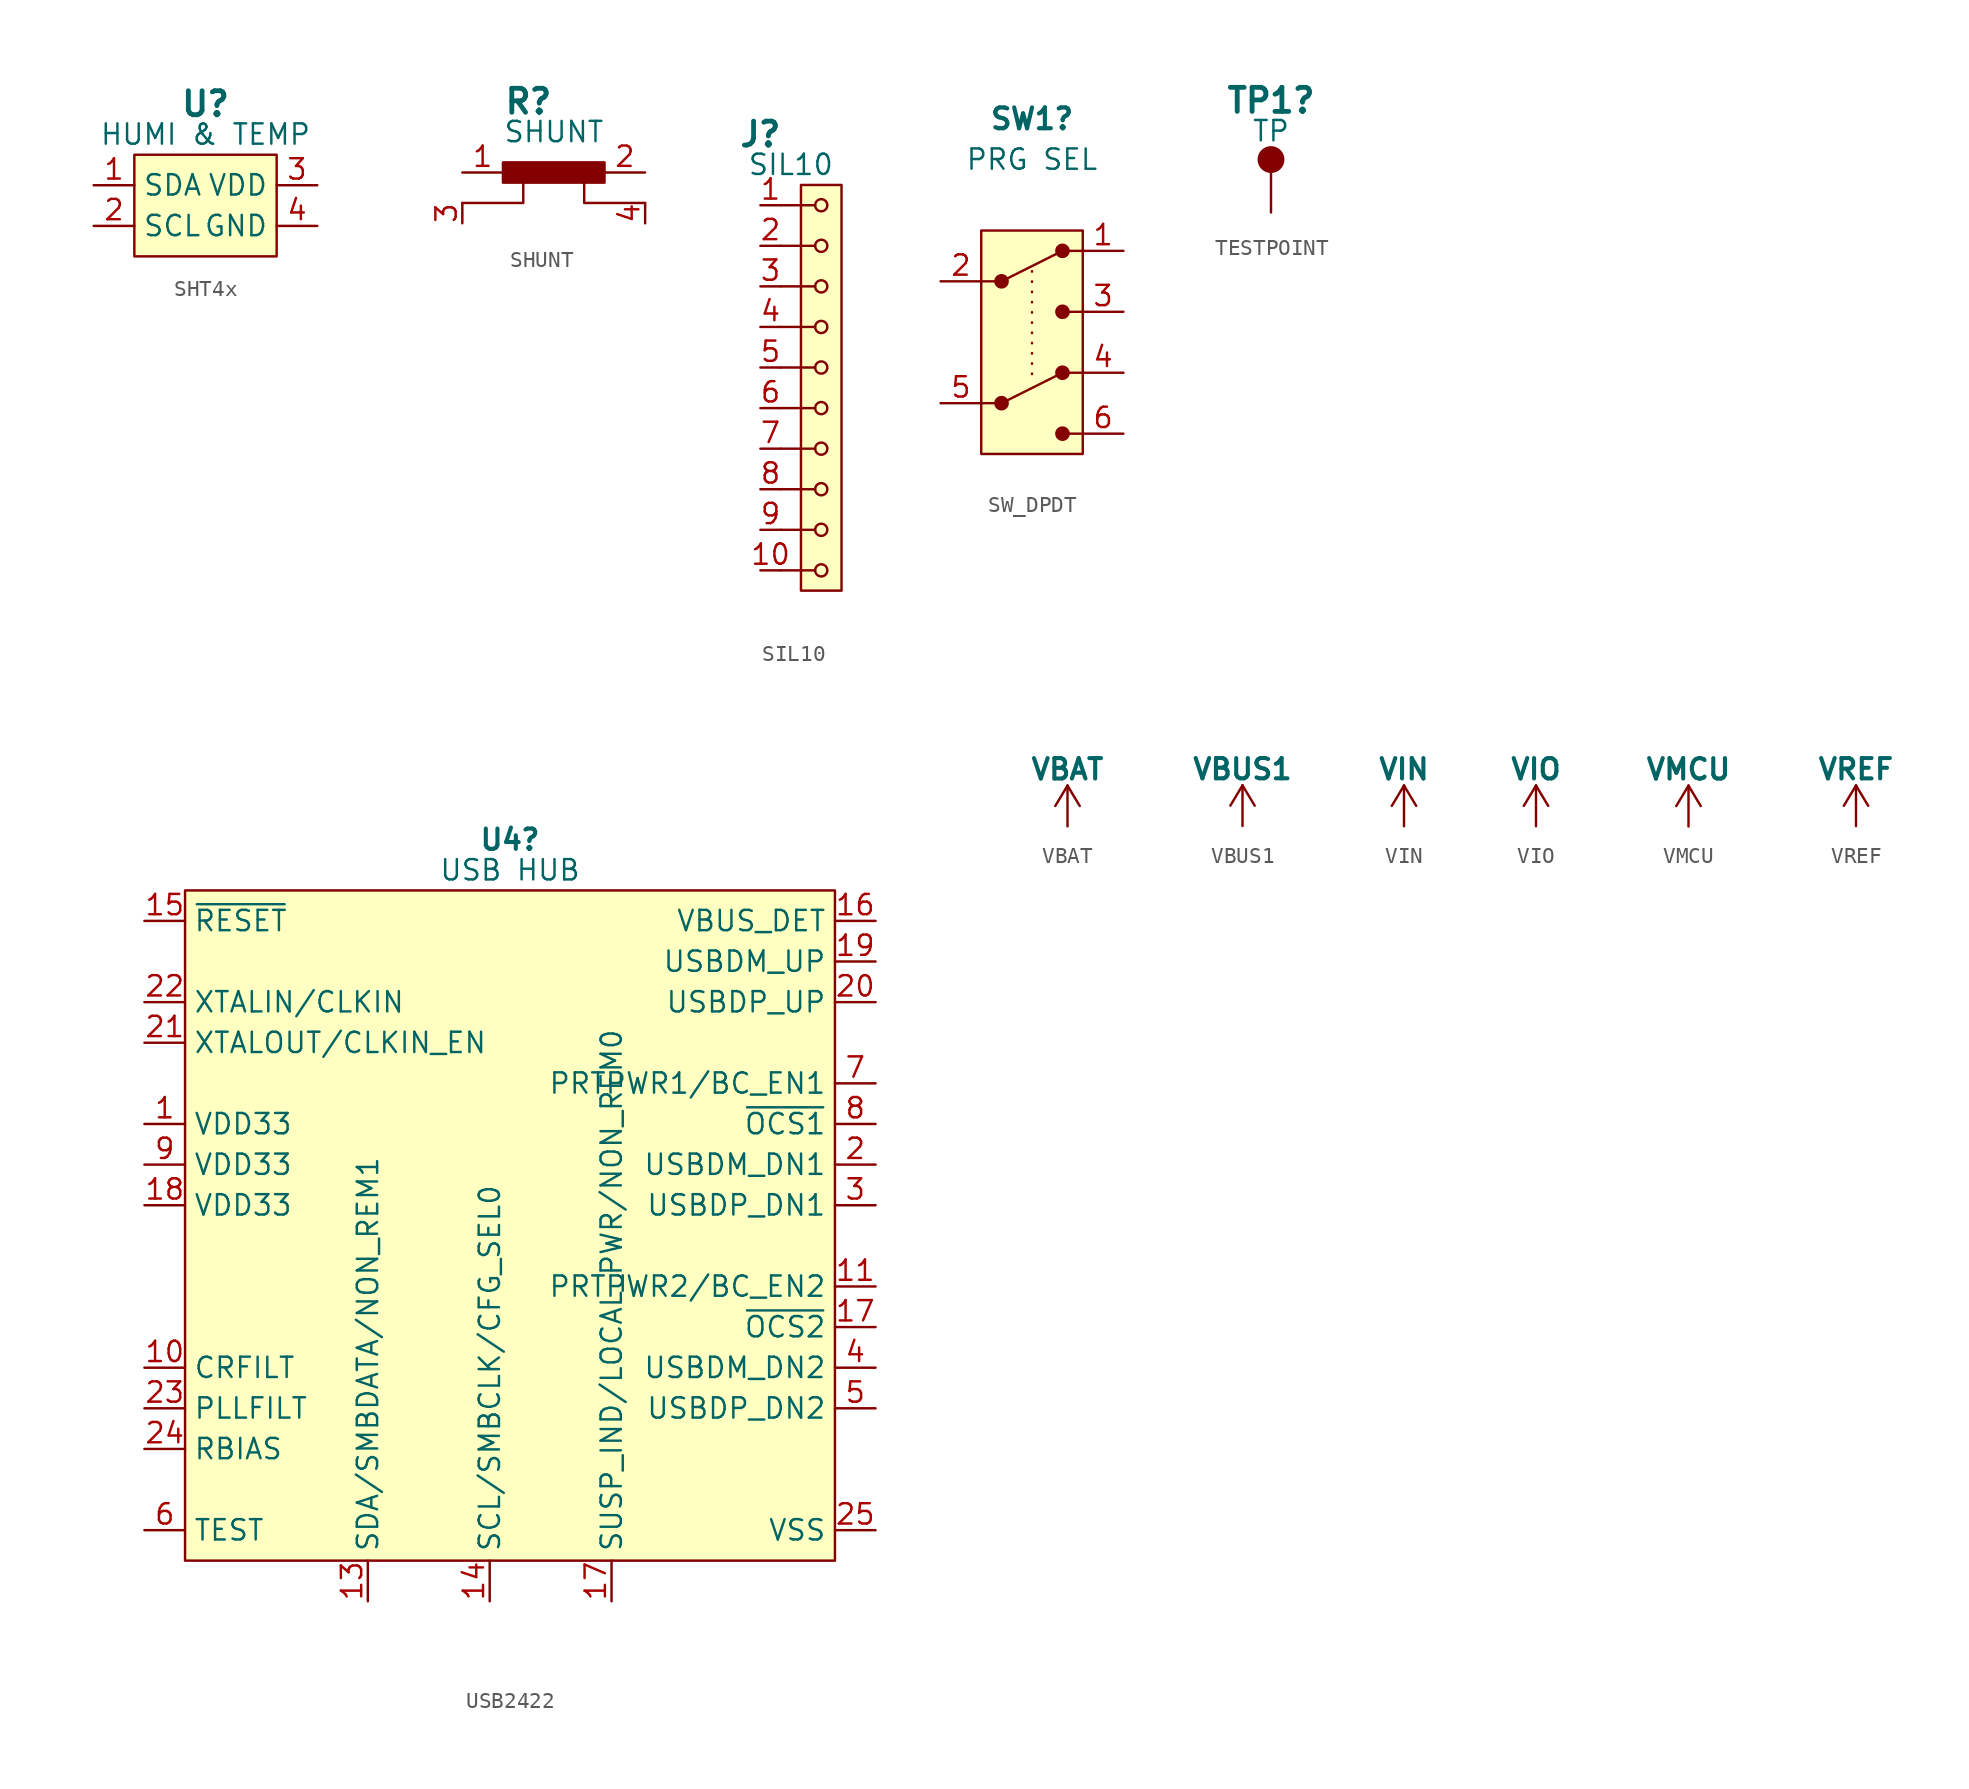
<source format=kicad_sym>
(kicad_symbol_lib
  (version 20231120)
  (generator "kicad_symbol_editor")
  (generator_version "8.0")
  (symbol "SHT4x"
    (property "Reference" "U"
      (at 0 0.635 0)
      (effects (font (size 1.5 1.5) (bold yes))))
    (property "Value" "HUMI & TEMP"
      (at 0 -1.27 0)
      (effects (font (size 1.27 1.27))))
    (symbol "SHT4x_1_1"
      (rectangle (start -4.445 -2.54) (end 4.445 -8.89) (stroke (width 0) (type default)) (fill (type background)))
      (pin bidirectional line (at -6.985 -4.445 0) (length 2.54) (name "SDA" (effects (font (size 1.27 1.27)))) (number "1" (effects (font (size 1.27 1.27)))))
      (pin input line (at -6.985 -6.985 0) (length 2.54) (name "SCL" (effects (font (size 1.27 1.27)))) (number "2" (effects (font (size 1.27 1.27)))))
      (pin power_in line (at 6.985 -4.445 180) (length 2.54) (name "VDD" (effects (font (size 1.27 1.27)))) (number "3" (effects (font (size 1.27 1.27)))))
      (pin passive line (at 6.985 -6.985 180) (length 2.54) (name "GND" (effects (font (size 1.27 1.27)))) (number "4" (effects (font (size 1.27 1.27)))))))
  (symbol "SHUNT"
    (pin_names hide)
    (property "Reference" "R"
      (at 0 0 0)
      (effects (font (size 1.5 1.5) (bold yes)) (justify left)))
    (property "Value" "SHUNT"
      (at 0 -1.905 0)
      (effects (font (size 1.27 1.27)) (justify left)))
    (symbol "SHUNT_0_1"
      (polyline (pts (xy -2.54 -6.35) (xy 1.27 -6.35) (xy 1.27 -5.08)) (stroke (width 0) (type default)) (fill (type none)))
      (polyline (pts (xy 8.89 -6.35) (xy 5.08 -6.35) (xy 5.08 -5.08)) (stroke (width 0) (type default)) (fill (type none))))
    (symbol "SHUNT_1_1"
      (rectangle (start 0 -3.81) (end 6.35 -5.08) (stroke (width 0) (type default)) (fill (type outline)))
      (pin passive line (at -2.54 -4.445 0) (length 2.54) (name "1" (effects (font (size 1.27 1.27)))) (number "1" (effects (font (size 1.27 1.27)))))
      (pin passive line (at 8.89 -4.445 180) (length 2.54) (name "2" (effects (font (size 1.27 1.27)))) (number "2" (effects (font (size 1.27 1.27)))))
      (pin passive line (at -2.54 -7.62 90) (length 1.27) (name "3" (effects (font (size 1.27 1.27)))) (number "3" (effects (font (size 1.27 1.27)))))
      (pin passive line (at 8.89 -7.62 90) (length 1.27) (name "4" (effects (font (size 1.27 1.27)))) (number "4" (effects (font (size 1.27 1.27)))))))
  (symbol "SIL10"
    (pin_names hide)
    (property "Reference" "J"
      (at 0 0.635 0)
      (effects (font (size 1.5 1.5) (bold yes))))
    (property "Value" "SIL10"
      (at 1.905 -1.27 0)
      (effects (font (size 1.27 1.27))))
    (symbol "SIL10_0_0"
      (polyline (pts (xy 1.27 -26.67) (xy 3.429 -26.67)) (stroke (width 0) (type default)) (fill (type none)))
      (polyline (pts (xy 1.27 -24.13) (xy 3.429 -24.13)) (stroke (width 0) (type default)) (fill (type none)))
      (polyline (pts (xy 1.27 -21.59) (xy 3.429 -21.59)) (stroke (width 0) (type default)) (fill (type none)))
      (polyline (pts (xy 1.27 -19.05) (xy 3.429 -19.05)) (stroke (width 0) (type default)) (fill (type none)))
      (polyline (pts (xy 1.27 -16.51) (xy 3.429 -16.51)) (stroke (width 0) (type default)) (fill (type none)))
      (polyline (pts (xy 1.27 -13.97) (xy 3.429 -13.97)) (stroke (width 0) (type default)) (fill (type none)))
      (polyline (pts (xy 1.27 -11.43) (xy 3.429 -11.43)) (stroke (width 0) (type default)) (fill (type none)))
      (polyline (pts (xy 1.27 -8.89) (xy 3.429 -8.89)) (stroke (width 0) (type default)) (fill (type none)))
      (polyline (pts (xy 1.27 -6.35) (xy 3.429 -6.35)) (stroke (width 0) (type default)) (fill (type none)))
      (polyline (pts (xy 1.27 -3.81) (xy 3.429 -3.81)) (stroke (width 0) (type default)) (fill (type none))))
    (symbol "SIL10_1_0"
      (rectangle (start 2.54 -2.54) (end 5.08 -27.94) (stroke (width 0) (type default)) (fill (type background)))
      (circle (center 3.81 -26.67) (radius 0.381) (stroke (width 0) (type default)) (fill (type none)))
      (circle (center 3.81 -24.13) (radius 0.381) (stroke (width 0) (type default)) (fill (type none)))
      (circle (center 3.81 -21.59) (radius 0.381) (stroke (width 0) (type default)) (fill (type none)))
      (circle (center 3.81 -19.05) (radius 0.381) (stroke (width 0) (type default)) (fill (type none)))
      (circle (center 3.81 -16.51) (radius 0.381) (stroke (width 0) (type default)) (fill (type none)))
      (circle (center 3.81 -13.97) (radius 0.381) (stroke (width 0) (type default)) (fill (type none)))
      (circle (center 3.81 -11.43) (radius 0.381) (stroke (width 0) (type default)) (fill (type none)))
      (circle (center 3.81 -8.89) (radius 0.381) (stroke (width 0) (type default)) (fill (type none)))
      (circle (center 3.81 -6.35) (radius 0.381) (stroke (width 0) (type default)) (fill (type none)))
      (circle (center 3.81 -3.81) (radius 0.381) (stroke (width 0) (type default)) (fill (type none)))
      (pin passive line (at 0 -3.81 0) (length 1.27) (name "1" (effects (font (size 1.27 1.27)))) (number "1" (effects (font (size 1.27 1.27)))))
      (pin passive line (at 0 -26.67 0) (length 1.27) (name "10" (effects (font (size 1.27 1.27)))) (number "10" (effects (font (size 1.27 1.27)))))
      (pin passive line (at 0 -6.35 0) (length 1.27) (name "2" (effects (font (size 1.27 1.27)))) (number "2" (effects (font (size 1.27 1.27)))))
      (pin passive line (at 0 -8.89 0) (length 1.27) (name "3" (effects (font (size 1.27 1.27)))) (number "3" (effects (font (size 1.27 1.27)))))
      (pin passive line (at 0 -11.43 0) (length 1.27) (name "4" (effects (font (size 1.27 1.27)))) (number "4" (effects (font (size 1.27 1.27)))))
      (pin passive line (at 0 -13.97 0) (length 1.27) (name "5" (effects (font (size 1.27 1.27)))) (number "5" (effects (font (size 1.27 1.27)))))
      (pin passive line (at 0 -16.51 0) (length 1.27) (name "6" (effects (font (size 1.27 1.27)))) (number "6" (effects (font (size 1.27 1.27)))))
      (pin passive line (at 0 -19.05 0) (length 1.27) (name "7" (effects (font (size 1.27 1.27)))) (number "7" (effects (font (size 1.27 1.27)))))
      (pin passive line (at 0 -21.59 0) (length 1.27) (name "8" (effects (font (size 1.27 1.27)))) (number "8" (effects (font (size 1.27 1.27)))))
      (pin passive line (at 0 -24.13 0) (length 1.27) (name "9" (effects (font (size 1.27 1.27)))) (number "9" (effects (font (size 1.27 1.27)))))))
  (symbol "SW_DPDT"
    (pin_names hide)
    (property "Reference" "SW1"
      (at 5.715 -3.81 0)
      (effects (font (size 1.3 1.3) (bold yes))))
    (property "Value" "PRG SEL"
      (at 5.715 -6.35 0)
      (effects (font (size 1.27 1.27))))
    (symbol "SW_DPDT_1_1"
      (polyline (pts (xy 2.54 -21.59) (xy 3.81 -21.59)) (stroke (width 0) (type default)) (fill (type none)))
      (polyline (pts (xy 2.54 -13.97) (xy 3.81 -13.97)) (stroke (width 0) (type default)) (fill (type none)))
      (polyline (pts (xy 3.81 -21.59) (xy 7.62 -19.685)) (stroke (width 0) (type default)) (fill (type none)))
      (polyline (pts (xy 3.81 -13.97) (xy 7.62 -12.065)) (stroke (width 0) (type default)) (fill (type none)))
      (polyline (pts (xy 5.715 -13.335) (xy 5.715 -20.32)) (stroke (width 0) (type dot)) (fill (type none)))
      (polyline (pts (xy 8.89 -23.495) (xy 7.62 -23.495)) (stroke (width 0) (type default)) (fill (type none)))
      (polyline (pts (xy 8.89 -19.685) (xy 7.62 -19.685)) (stroke (width 0) (type default)) (fill (type none)))
      (polyline (pts (xy 8.89 -15.875) (xy 7.62 -15.875)) (stroke (width 0) (type default)) (fill (type none)))
      (polyline (pts (xy 8.89 -12.065) (xy 7.62 -12.065)) (stroke (width 0) (type default)) (fill (type none)))
      (rectangle (start 2.54 -10.795) (end 8.89 -24.765) (stroke (width 0) (type default)) (fill (type background)))
      (circle (center 3.81 -21.59) (radius 0.381) (stroke (width 0) (type default)) (fill (type outline)))
      (circle (center 3.81 -13.97) (radius 0.381) (stroke (width 0) (type default)) (fill (type outline)))
      (circle (center 7.62 -23.495) (radius 0.381) (stroke (width 0) (type default)) (fill (type outline)))
      (circle (center 7.62 -19.685) (radius 0.381) (stroke (width 0) (type default)) (fill (type outline)))
      (circle (center 7.62 -15.875) (radius 0.381) (stroke (width 0) (type default)) (fill (type outline)))
      (circle (center 7.62 -12.065) (radius 0.381) (stroke (width 0) (type default)) (fill (type outline)))
      (pin passive line (at 11.43 -12.065 180) (length 2.54) (name "NC1" (effects (font (size 1.27 1.27)))) (number "1" (effects (font (size 1.27 1.27)))))
      (pin passive line (at 0 -13.97 0) (length 2.54) (name "COM1" (effects (font (size 1.27 1.27)))) (number "2" (effects (font (size 1.27 1.27)))))
      (pin passive line (at 11.43 -15.875 180) (length 2.54) (name "NO1" (effects (font (size 1.27 1.27)))) (number "3" (effects (font (size 1.27 1.27)))))
      (pin passive line (at 11.43 -19.685 180) (length 2.54) (name "NC2" (effects (font (size 1.27 1.27)))) (number "4" (effects (font (size 1.27 1.27)))))
      (pin passive line (at 0 -21.59 0) (length 2.54) (name "COM2" (effects (font (size 1.27 1.27)))) (number "5" (effects (font (size 1.27 1.27)))))
      (pin passive line (at 11.43 -23.495 180) (length 2.54) (name "NO2" (effects (font (size 1.27 1.27)))) (number "6" (effects (font (size 1.27 1.27)))))))
  (symbol "TESTPOINT"
    (pin_numbers hide)
    (pin_names hide)
    (property "Reference" "TP1"
      (at 0 4.445 0)
      (effects (font (size 1.5 1.5) (bold yes))))
    (property "Value" "TP"
      (at 0 2.54 0)
      (effects (font (size 1.27 1.27))))
    (symbol "TESTPOINT_1_1"
      (circle (center 0 0.762) (radius 0.762) (stroke (width 0) (type default)) (fill (type outline)))
      (pin passive line (at 0 -2.54 90) (length 2.54) (name "" (effects (font (size 1.27 1.27)))) (number "1" (effects (font (size 1.27 1.27)))))))
  (symbol "USB2422"
    (property "Reference" "U4"
      (at 0.635 0 0)
      (effects (font (size 1.27 1.27) (bold yes))))
    (property "Value" "USB HUB"
      (at 0.635 -1.905 0)
      (effects (font (size 1.27 1.27))))
    (symbol "USB2422_1_1"
      (rectangle (start -19.685 -3.175) (end 20.955 -45.085) (stroke (width 0) (type default)) (fill (type background)))
      (pin power_in line (at -22.225 -17.78 0) (length 2.54) (name "VDD33" (effects (font (size 1.27 1.27)))) (number "1" (effects (font (size 1.27 1.27)))))
      (pin passive line (at -22.225 -33.02 0) (length 2.54) (name "CRFILT" (effects (font (size 1.27 1.27)))) (number "10" (effects (font (size 1.27 1.27)))))
      (pin output line (at 23.495 -27.94 180) (length 2.54) (name "PRTPWR2/BC_EN2" (effects (font (size 1.27 1.27)))) (number "11" (effects (font (size 1.27 1.27)))))
      (pin bidirectional line (at -8.255 -47.625 90) (length 2.54) (name "SDA/SMBDATA/NON_REM1" (effects (font (size 1.27 1.27)))) (number "13" (effects (font (size 1.27 1.27)))))
      (pin bidirectional line (at -0.635 -47.625 90) (length 2.54) (name "SCL/SMBCLK/CFG_SEL0" (effects (font (size 1.27 1.27)))) (number "14" (effects (font (size 1.27 1.27)))))
      (pin input line (at -22.225 -5.08 0) (length 2.54) (name "~{RESET}" (effects (font (size 1.27 1.27)))) (number "15" (effects (font (size 1.27 1.27)))))
      (pin input line (at 23.495 -5.08 180) (length 2.54) (name "VBUS_DET" (effects (font (size 1.27 1.27)))) (number "16" (effects (font (size 1.27 1.27)))))
      (pin bidirectional line (at 6.985 -47.625 90) (length 2.54) (name "SUSP_IND/LOCAL_PWR/NON_REM0" (effects (font (size 1.27 1.27)))) (number "17" (effects (font (size 1.27 1.27)))))
      (pin input line (at 23.495 -30.48 180) (length 2.54) (name "~{OCS2}" (effects (font (size 1.27 1.27)))) (number "17" (effects (font (size 1.27 1.27)))))
      (pin power_in line (at -22.225 -22.86 0) (length 2.54) (name "VDD33" (effects (font (size 1.27 1.27)))) (number "18" (effects (font (size 1.27 1.27)))))
      (pin bidirectional line (at 23.495 -7.62 180) (length 2.54) (name "USBDM_UP" (effects (font (size 1.27 1.27)))) (number "19" (effects (font (size 1.27 1.27)))))
      (pin bidirectional line (at 23.495 -20.32 180) (length 2.54) (name "USBDM_DN1" (effects (font (size 1.27 1.27)))) (number "2" (effects (font (size 1.27 1.27)))))
      (pin bidirectional line (at 23.495 -10.16 180) (length 2.54) (name "USBDP_UP" (effects (font (size 1.27 1.27)))) (number "20" (effects (font (size 1.27 1.27)))))
      (pin output line (at -22.225 -12.7 0) (length 2.54) (name "XTALOUT/CLKIN_EN" (effects (font (size 1.27 1.27)))) (number "21" (effects (font (size 1.27 1.27)))))
      (pin input line (at -22.225 -10.16 0) (length 2.54) (name "XTALIN/CLKIN" (effects (font (size 1.27 1.27)))) (number "22" (effects (font (size 1.27 1.27)))))
      (pin passive line (at -22.225 -35.56 0) (length 2.54) (name "PLLFILT" (effects (font (size 1.27 1.27)))) (number "23" (effects (font (size 1.27 1.27)))))
      (pin passive line (at -22.225 -38.1 0) (length 2.54) (name "RBIAS" (effects (font (size 1.27 1.27)))) (number "24" (effects (font (size 1.27 1.27)))))
      (pin passive line (at 23.495 -43.18 180) (length 2.54) (name "VSS" (effects (font (size 1.27 1.27)))) (number "25" (effects (font (size 1.27 1.27)))))
      (pin bidirectional line (at 23.495 -22.86 180) (length 2.54) (name "USBDP_DN1" (effects (font (size 1.27 1.27)))) (number "3" (effects (font (size 1.27 1.27)))))
      (pin bidirectional line (at 23.495 -33.02 180) (length 2.54) (name "USBDM_DN2" (effects (font (size 1.27 1.27)))) (number "4" (effects (font (size 1.27 1.27)))))
      (pin bidirectional line (at 23.495 -35.56 180) (length 2.54) (name "USBDP_DN2" (effects (font (size 1.27 1.27)))) (number "5" (effects (font (size 1.27 1.27)))))
      (pin passive line (at -22.225 -43.18 0) (length 2.54) (name "TEST" (effects (font (size 1.27 1.27)))) (number "6" (effects (font (size 1.27 1.27)))))
      (pin output line (at 23.495 -15.24 180) (length 2.54) (name "PRTPWR1/BC_EN1" (effects (font (size 1.27 1.27)))) (number "7" (effects (font (size 1.27 1.27)))))
      (pin input line (at 23.495 -17.78 180) (length 2.54) (name "~{OCS1}" (effects (font (size 1.27 1.27)))) (number "8" (effects (font (size 1.27 1.27)))))
      (pin power_in line (at -22.225 -20.32 0) (length 2.54) (name "VDD33" (effects (font (size 1.27 1.27)))) (number "9" (effects (font (size 1.27 1.27)))))))
  (symbol "VBAT"
    (power)
    (pin_names
      (offset 0))
    (property "Reference" "#PWR"
      (at 0 -3.81 0)
      (effects (font (size 1.27 1.27)) (hide yes)))
    (property "Value" "VBAT"
      (at 0 3.556 0)
      (effects (font (size 1.27 1.27) (bold yes))))
    (symbol "VBAT_0_1"
      (polyline (pts (xy -0.762 1.27) (xy 0 2.54)) (stroke (width 0) (type solid)) (fill (type none)))
      (polyline (pts (xy 0 0) (xy 0 2.54)) (stroke (width 0) (type solid)) (fill (type none)))
      (polyline (pts (xy 0 2.54) (xy 0.762 1.27)) (stroke (width 0) (type solid)) (fill (type none))))
    (symbol "VBAT_1_1"
      (pin power_in line (at 0 0 90) (length 0) hide (name "VBAT" (effects (font (size 1.27 1.27)))) (number "1" (effects (font (size 1.27 1.27)))))))
  (symbol "VBUS1"
    (power)
    (pin_names
      (offset 0))
    (property "Reference" "#PWR"
      (at 0 -3.81 0)
      (effects (font (size 1.27 1.27)) (hide yes)))
    (property "Value" "VBUS1"
      (at 0 3.556 0)
      (effects (font (size 1.27 1.27) (bold yes))))
    (symbol "VBUS1_0_1"
      (polyline (pts (xy -0.762 1.27) (xy 0 2.54)) (stroke (width 0) (type solid)) (fill (type none)))
      (polyline (pts (xy 0 0) (xy 0 2.54)) (stroke (width 0) (type solid)) (fill (type none)))
      (polyline (pts (xy 0 2.54) (xy 0.762 1.27)) (stroke (width 0) (type solid)) (fill (type none))))
    (symbol "VBUS1_1_1"
      (pin power_in line (at 0 0 90) (length 0) hide (name "VBUS1" (effects (font (size 1.27 1.27)))) (number "1" (effects (font (size 1.27 1.27)))))))
  (symbol "VIN"
    (power)
    (pin_names
      (offset 0))
    (property "Reference" "#PWR"
      (at 0 -3.81 0)
      (effects (font (size 1.27 1.27)) (hide yes)))
    (property "Value" "VIN"
      (at 0 3.556 0)
      (effects (font (size 1.27 1.27) (bold yes))))
    (symbol "VIN_0_1"
      (polyline (pts (xy -0.762 1.27) (xy 0 2.54)) (stroke (width 0) (type solid)) (fill (type none)))
      (polyline (pts (xy 0 0) (xy 0 2.54)) (stroke (width 0) (type solid)) (fill (type none)))
      (polyline (pts (xy 0 2.54) (xy 0.762 1.27)) (stroke (width 0) (type solid)) (fill (type none))))
    (symbol "VIN_1_1"
      (pin power_in line (at 0 0 90) (length 0) hide (name "VIN" (effects (font (size 1.27 1.27)))) (number "1" (effects (font (size 1.27 1.27)))))))
  (symbol "VIO"
    (power)
    (pin_names
      (offset 0))
    (property "Reference" "#PWR"
      (at 0 -3.81 0)
      (effects (font (size 1.27 1.27)) (hide yes)))
    (property "Value" "VIO"
      (at 0 3.556 0)
      (effects (font (size 1.27 1.27) (bold yes))))
    (symbol "VIO_0_1"
      (polyline (pts (xy -0.762 1.27) (xy 0 2.54)) (stroke (width 0) (type solid)) (fill (type none)))
      (polyline (pts (xy 0 0) (xy 0 2.54)) (stroke (width 0) (type solid)) (fill (type none)))
      (polyline (pts (xy 0 2.54) (xy 0.762 1.27)) (stroke (width 0) (type solid)) (fill (type none))))
    (symbol "VIO_1_1"
      (pin power_in line (at 0 0 90) (length 0) hide (name "VIO" (effects (font (size 1.27 1.27)))) (number "1" (effects (font (size 1.27 1.27)))))))
  (symbol "VMCU"
    (power)
    (pin_names
      (offset 0))
    (property "Reference" "#PWR"
      (at 0 -3.81 0)
      (effects (font (size 1.27 1.27)) (hide yes)))
    (property "Value" "VMCU"
      (at 0 3.556 0)
      (effects (font (size 1.27 1.27) (bold yes))))
    (symbol "VMCU_0_1"
      (polyline (pts (xy -0.762 1.27) (xy 0 2.54)) (stroke (width 0) (type solid)) (fill (type none)))
      (polyline (pts (xy 0 0) (xy 0 2.54)) (stroke (width 0) (type solid)) (fill (type none)))
      (polyline (pts (xy 0 2.54) (xy 0.762 1.27)) (stroke (width 0) (type solid)) (fill (type none))))
    (symbol "VMCU_1_1"
      (pin power_in line (at 0 0 90) (length 0) hide (name "VMCU" (effects (font (size 1.27 1.27)))) (number "1" (effects (font (size 1.27 1.27)))))))
  (symbol "VREF"
    (power)
    (pin_names
      (offset 0))
    (property "Reference" "#PWR"
      (at 0 -3.81 0)
      (effects (font (size 1.27 1.27)) (hide yes)))
    (property "Value" "VREF"
      (at 0 3.556 0)
      (effects (font (size 1.27 1.27) (bold yes))))
    (symbol "VREF_0_1"
      (polyline (pts (xy -0.762 1.27) (xy 0 2.54)) (stroke (width 0) (type solid)) (fill (type none)))
      (polyline (pts (xy 0 0) (xy 0 2.54)) (stroke (width 0) (type solid)) (fill (type none)))
      (polyline (pts (xy 0 2.54) (xy 0.762 1.27)) (stroke (width 0) (type solid)) (fill (type none))))
    (symbol "VREF_1_1"
      (pin power_in line (at 0 0 90) (length 0) hide (name "VREF" (effects (font (size 1.27 1.27)))) (number "1" (effects (font (size 1.27 1.27))))))))
</source>
